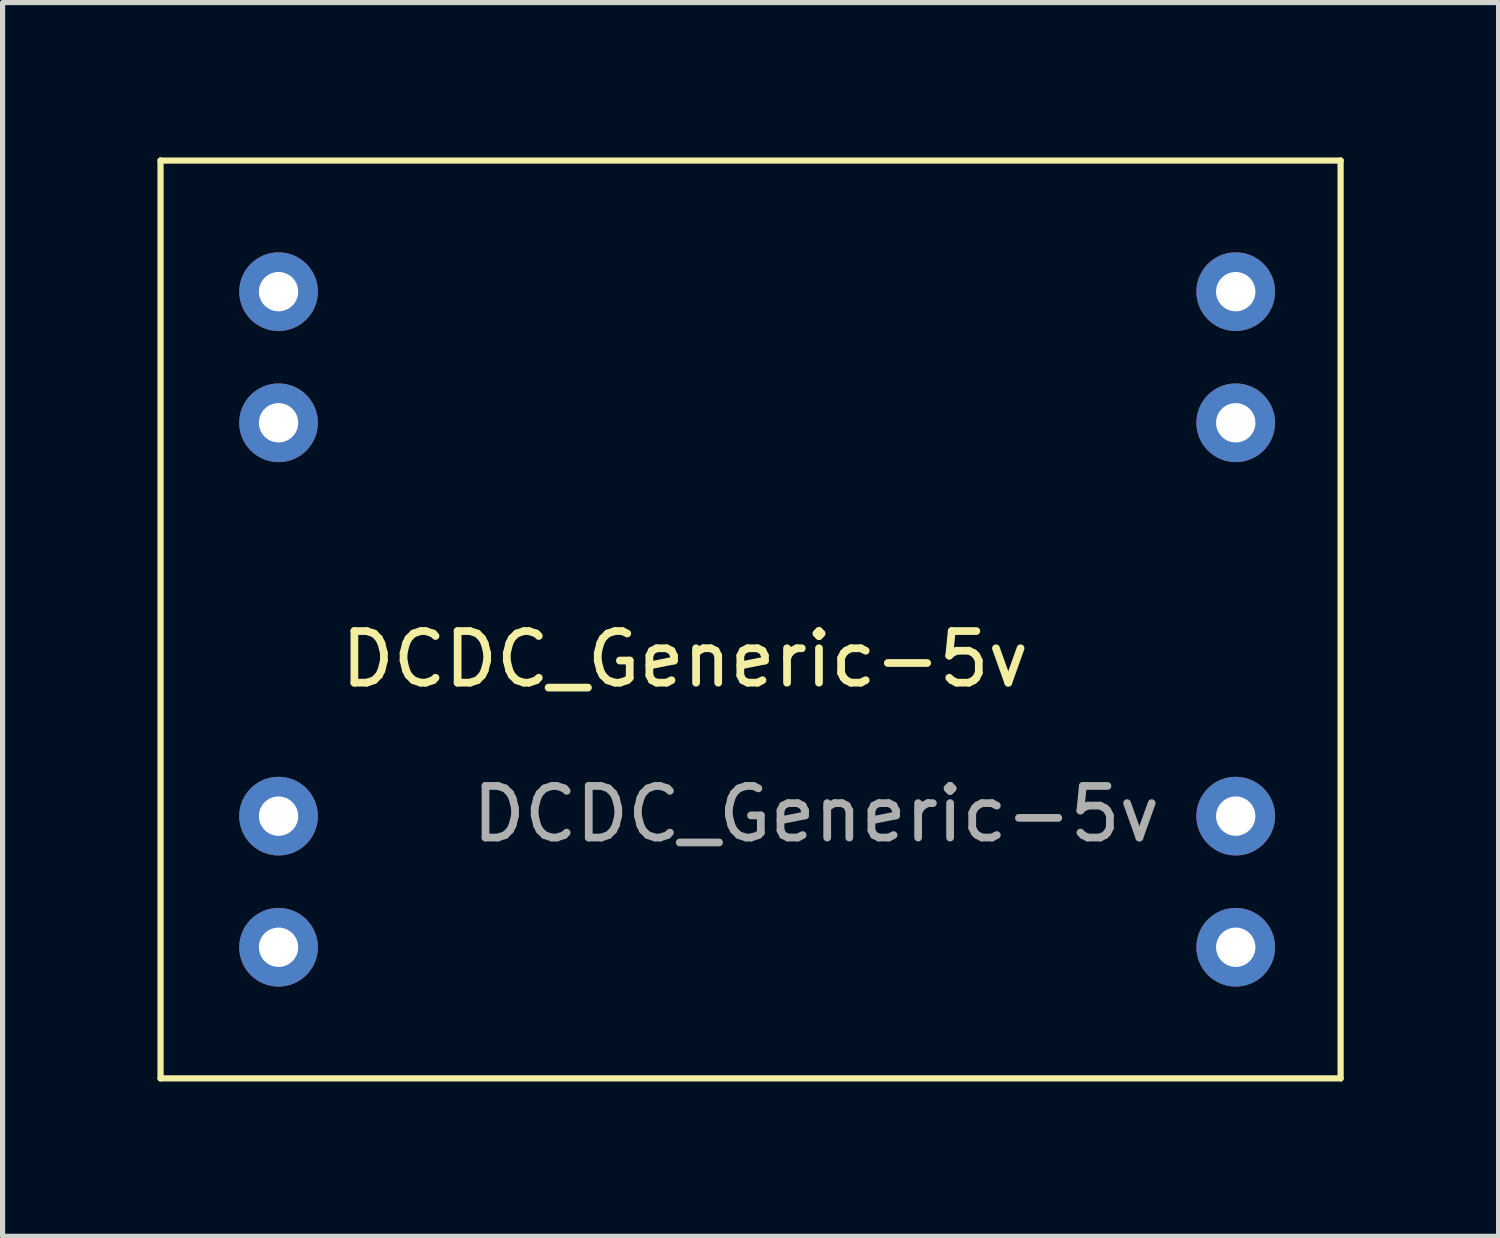
<source format=kicad_pcb>
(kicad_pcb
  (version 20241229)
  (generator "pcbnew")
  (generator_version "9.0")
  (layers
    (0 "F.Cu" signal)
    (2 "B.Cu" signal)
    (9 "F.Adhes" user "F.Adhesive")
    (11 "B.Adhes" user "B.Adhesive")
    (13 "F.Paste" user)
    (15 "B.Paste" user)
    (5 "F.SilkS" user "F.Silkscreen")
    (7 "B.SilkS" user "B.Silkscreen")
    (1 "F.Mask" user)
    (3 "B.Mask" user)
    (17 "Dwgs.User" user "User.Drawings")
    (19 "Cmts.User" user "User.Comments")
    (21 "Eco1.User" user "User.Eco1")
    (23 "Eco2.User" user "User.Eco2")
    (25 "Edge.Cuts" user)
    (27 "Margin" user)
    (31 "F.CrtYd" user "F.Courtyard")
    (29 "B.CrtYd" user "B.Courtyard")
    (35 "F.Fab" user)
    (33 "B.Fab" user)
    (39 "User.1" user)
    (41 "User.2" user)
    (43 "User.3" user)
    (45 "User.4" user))
  (footprint "DCDC_Generic-5v"
    (layer "F.Cu")
    (at 12.76 10.22)
    (property "Reference" "DCDC_Generic-5v" (at -2.54 -0.5 0) (unlocked yes) (layer "F.SilkS") (effects (font (size 1 1) (thickness 0.15))))
    (attr through_hole)
    (fp_line (start -12.7 -10.16) (end 10.16 -10.16) (stroke (width 0.12) (type solid)) (layer "F.SilkS"))
    (fp_line (start -12.7 7.62) (end -12.7 -10.16) (stroke (width 0.12) (type solid)) (layer "F.SilkS"))
    (fp_line (start 10.16 -10.16) (end 10.16 7.62) (stroke (width 0.12) (type solid)) (layer "F.SilkS"))
    (fp_line (start 10.16 7.62) (end -12.7 7.62) (stroke (width 0.12) (type solid)) (layer "F.SilkS"))
    (fp_text user "${REFERENCE}" (at 0 2.5 0) (unlocked yes) (layer "F.Fab") (effects (font (size 1 1) (thickness 0.15))))
    (pad "1" thru_hole circle (at -10.414 -7.62) (size 1.524 1.524) (drill 0.762) (layers "*.Cu" "*.Mask"))
    (pad "1" thru_hole circle (at -10.414 -5.08) (size 1.524 1.524) (drill 0.762) (layers "*.Cu" "*.Mask"))
    (pad "2" thru_hole circle (at -10.414 2.54) (size 1.524 1.524) (drill 0.762) (layers "*.Cu" "*.Mask"))
    (pad "2" thru_hole circle (at -10.414 5.08) (size 1.524 1.524) (drill 0.762) (layers "*.Cu" "*.Mask"))
    (pad "3" thru_hole circle (at 8.128 -7.62) (size 1.524 1.524) (drill 0.762) (layers "*.Cu" "*.Mask"))
    (pad "3" thru_hole circle (at 8.128 -5.08) (size 1.524 1.524) (drill 0.762) (layers "*.Cu" "*.Mask"))
    (pad "4" thru_hole circle (at 8.128 2.54) (size 1.524 1.524) (drill 0.762) (layers "*.Cu" "*.Mask"))
    (pad "4" thru_hole circle (at 8.128 5.08) (size 1.524 1.524) (drill 0.762) (layers "*.Cu" "*.Mask")))
  (gr_rect
    (start -3 -3)
    (end 25.98 20.9)
    (stroke (width 0.1) (type default))
    (fill no)
    (layer "Edge.Cuts")))
</source>
